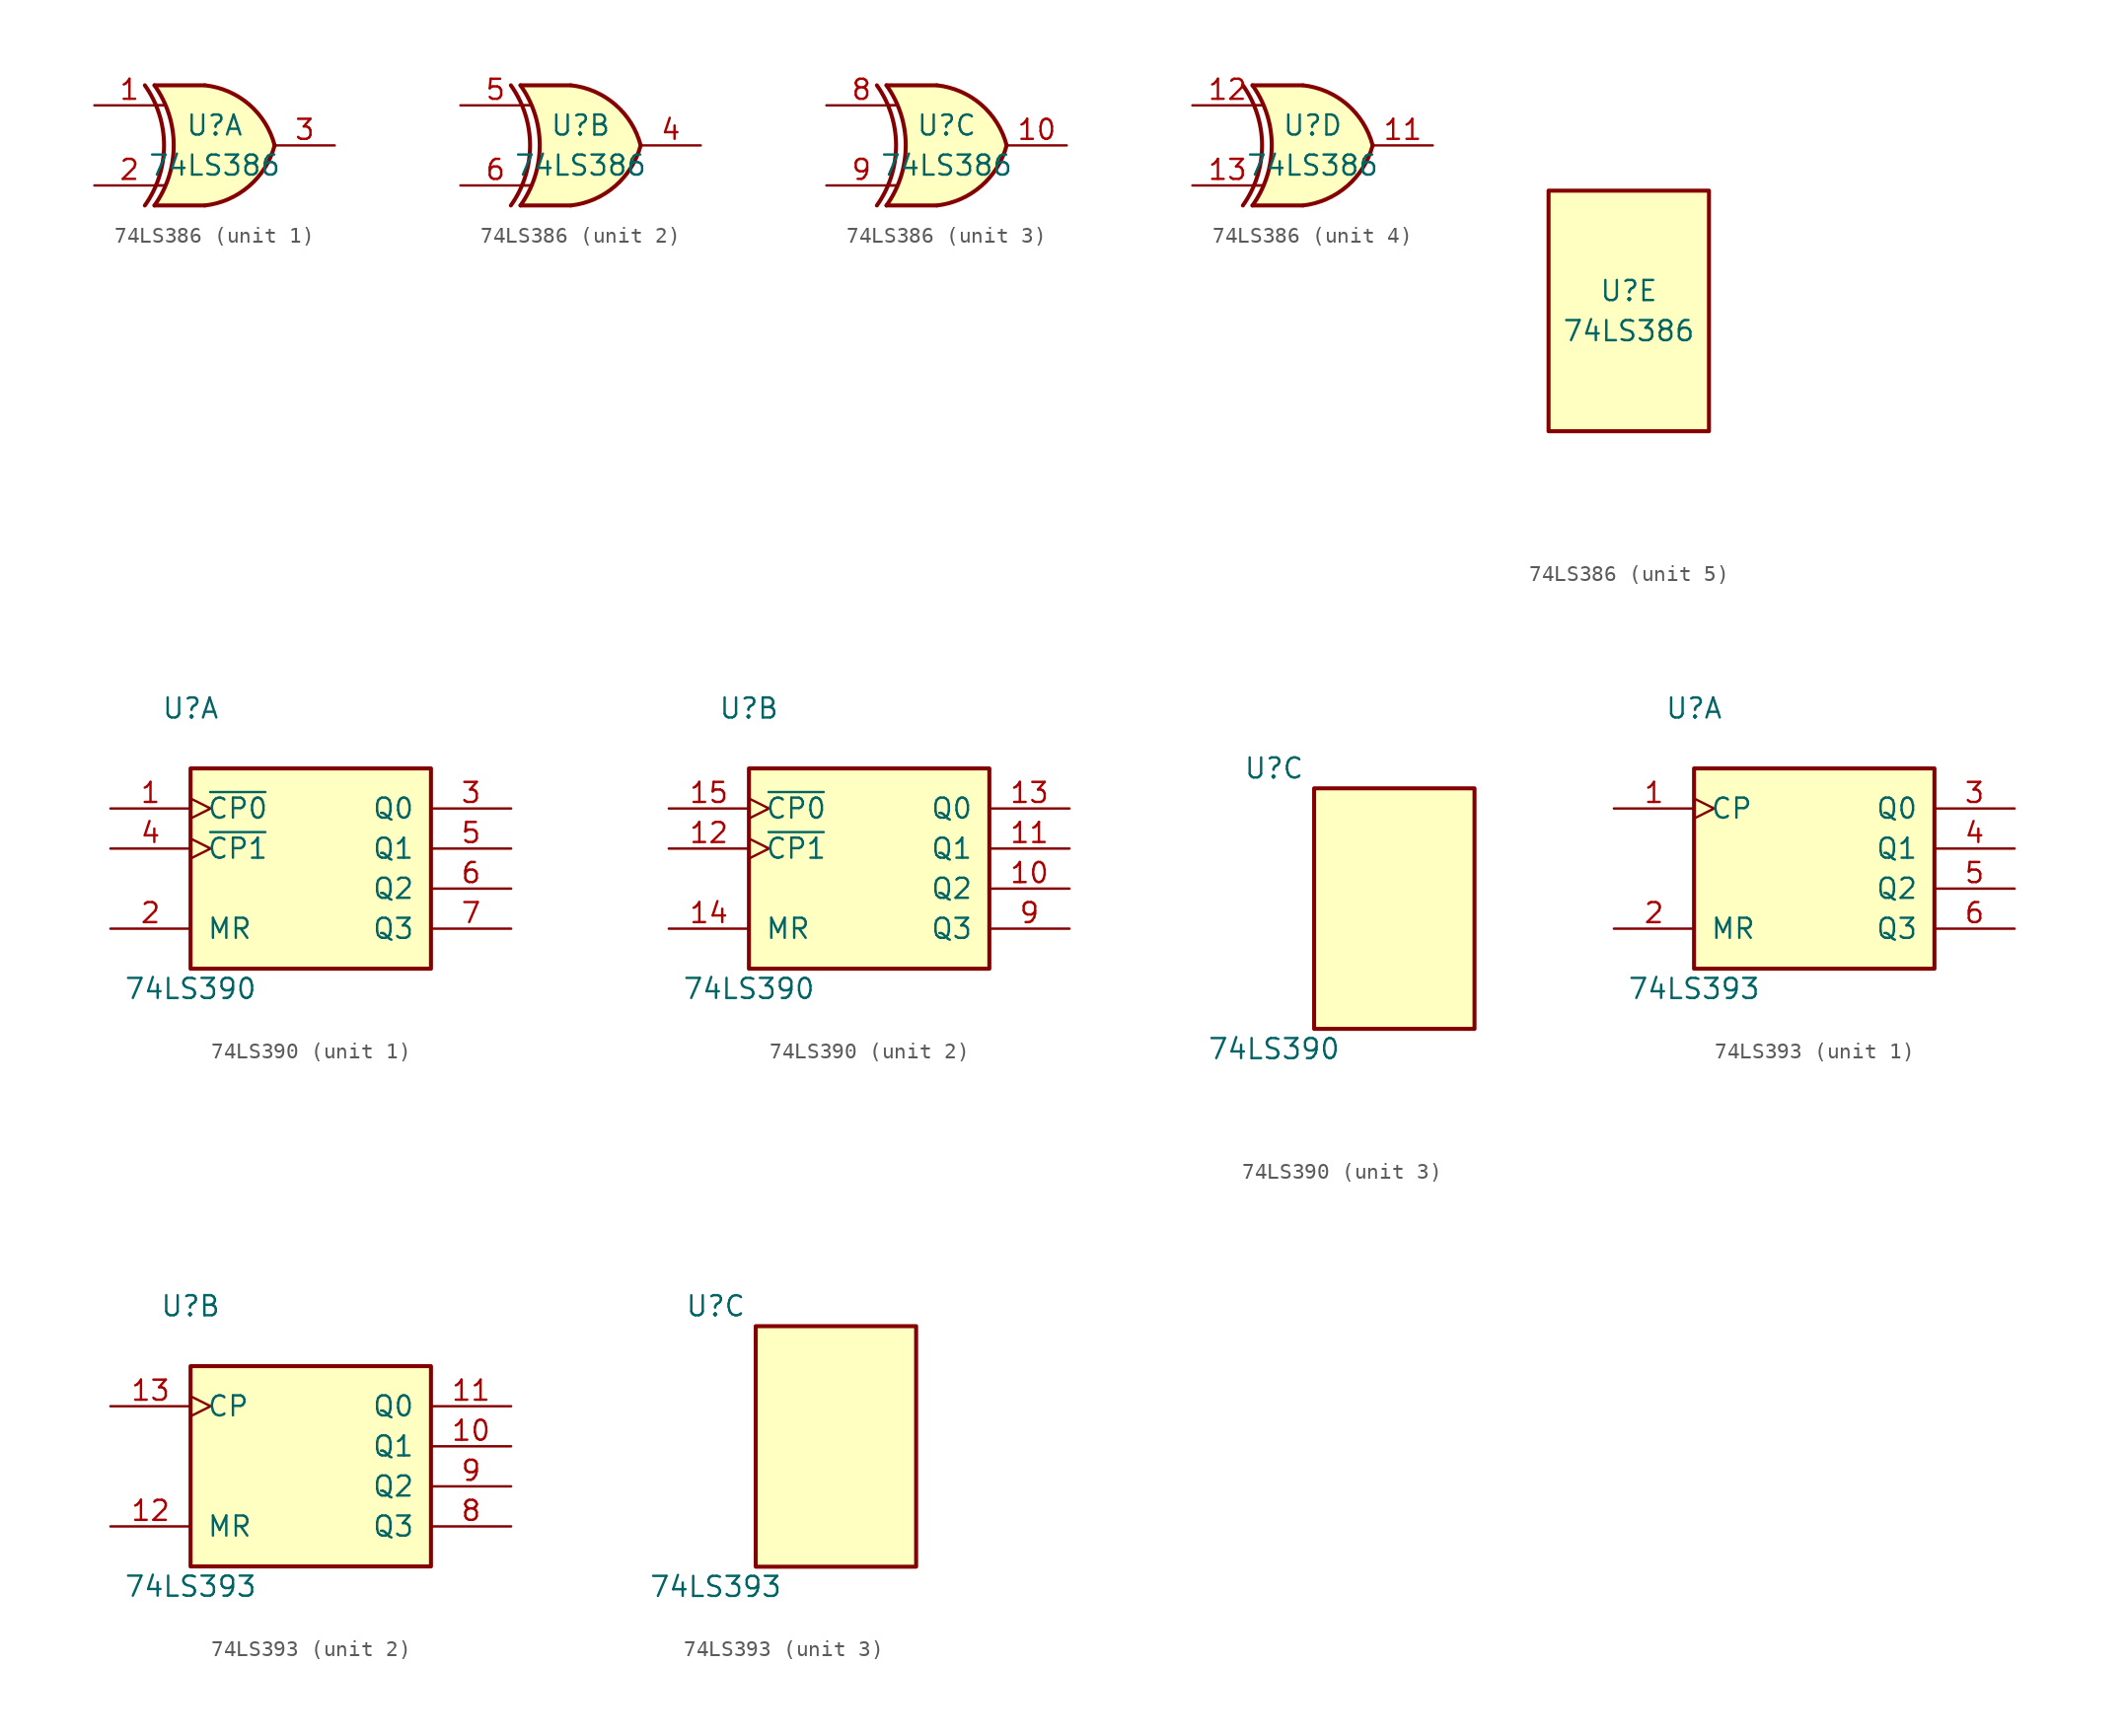
<source format=kicad_sym>
(kicad_symbol_lib
  (version 20211014)
  (generator kicad_symbol_editor)
  (symbol "74LS386"
    (pin_names
      (offset 1.016))
    (property "Reference" "U"
      (at 0 1.27 0)
      (effects (font (size 1.27 1.27))))
    (property "Value" "74LS386"
      (at 0 -1.27 0)
      (effects (font (size 1.27 1.27))))
    (property "ki_locked" ""
      (at 0 0 0)
      (effects (font (size 1.27 1.27))))
    (symbol "74LS386_1_0"
      (arc (start -4.4196 -3.81) (mid -3.2033 0) (end -4.4196 3.81) (stroke (width 0.254) (type default) (color 0 0 0 0)) (fill (type none)))
      (arc (start -3.81 -3.81) (mid -2.589 0) (end -3.81 3.81) (stroke (width 0.254) (type default) (color 0 0 0 0)) (fill (type none)))
      (arc (start -0.6096 -3.81) (mid 2.1842 -2.5851) (end 3.81 0) (stroke (width 0.254) (type default) (color 0 0 0 0)) (fill (type background)))
      (polyline (pts (xy -3.81 -3.81) (xy -0.635 -3.81)) (stroke (width 0.254) (type default) (color 0 0 0 0)) (fill (type background)))
      (polyline (pts (xy -3.81 3.81) (xy -0.635 3.81)) (stroke (width 0.254) (type default) (color 0 0 0 0)) (fill (type background)))
      (polyline (pts (xy -0.635 3.81) (xy -3.81 3.81) (xy -3.81 3.81) (xy -3.556 3.404) (xy -3.023 2.261) (xy -2.692 1.041) (xy -2.616 -0.254) (xy -2.769 -1.499) (xy -3.175 -2.718) (xy -3.81 -3.81) (xy -3.81 -3.81) (xy -0.635 -3.81)) (stroke (width -25.4) (type default) (color 0 0 0 0)) (fill (type background)))
      (arc (start 3.81 0) (mid 2.1915 2.5936) (end -0.6096 3.81) (stroke (width 0.254) (type default) (color 0 0 0 0)) (fill (type background)))
      (pin input line (at -7.62 2.54 0) (length 4.445) (name "~" (effects (font (size 1.27 1.27)))) (number "1" (effects (font (size 1.27 1.27)))))
      (pin input line (at -7.62 -2.54 0) (length 4.445) (name "~" (effects (font (size 1.27 1.27)))) (number "2" (effects (font (size 1.27 1.27)))))
      (pin output line (at 7.62 0 180) (length 3.81) (name "~" (effects (font (size 1.27 1.27)))) (number "3" (effects (font (size 1.27 1.27))))))
    (symbol "74LS386_1_1"
      (polyline (pts (xy -3.81 -2.54) (xy -3.175 -2.54)) (stroke (width 0.152) (type default) (color 0 0 0 0)) (fill (type none)))
      (polyline (pts (xy -3.81 2.54) (xy -3.175 2.54)) (stroke (width 0.152) (type default) (color 0 0 0 0)) (fill (type none))))
    (symbol "74LS386_2_0"
      (arc (start -4.4196 -3.81) (mid -3.2033 0) (end -4.4196 3.81) (stroke (width 0.254) (type default) (color 0 0 0 0)) (fill (type none)))
      (arc (start -3.81 -3.81) (mid -2.589 0) (end -3.81 3.81) (stroke (width 0.254) (type default) (color 0 0 0 0)) (fill (type none)))
      (arc (start -0.6096 -3.81) (mid 2.1842 -2.5851) (end 3.81 0) (stroke (width 0.254) (type default) (color 0 0 0 0)) (fill (type background)))
      (polyline (pts (xy -3.81 -3.81) (xy -0.635 -3.81)) (stroke (width 0.254) (type default) (color 0 0 0 0)) (fill (type background)))
      (polyline (pts (xy -3.81 3.81) (xy -0.635 3.81)) (stroke (width 0.254) (type default) (color 0 0 0 0)) (fill (type background)))
      (polyline (pts (xy -0.635 3.81) (xy -3.81 3.81) (xy -3.81 3.81) (xy -3.556 3.404) (xy -3.023 2.261) (xy -2.692 1.041) (xy -2.616 -0.254) (xy -2.769 -1.499) (xy -3.175 -2.718) (xy -3.81 -3.81) (xy -3.81 -3.81) (xy -0.635 -3.81)) (stroke (width -25.4) (type default) (color 0 0 0 0)) (fill (type background)))
      (arc (start 3.81 0) (mid 2.1915 2.5936) (end -0.6096 3.81) (stroke (width 0.254) (type default) (color 0 0 0 0)) (fill (type background)))
      (pin output line (at 7.62 0 180) (length 3.81) (name "~" (effects (font (size 1.27 1.27)))) (number "4" (effects (font (size 1.27 1.27)))))
      (pin input line (at -7.62 2.54 0) (length 4.445) (name "~" (effects (font (size 1.27 1.27)))) (number "5" (effects (font (size 1.27 1.27)))))
      (pin input line (at -7.62 -2.54 0) (length 4.445) (name "~" (effects (font (size 1.27 1.27)))) (number "6" (effects (font (size 1.27 1.27))))))
    (symbol "74LS386_2_1"
      (polyline (pts (xy -3.81 -2.54) (xy -3.175 -2.54)) (stroke (width 0.152) (type default) (color 0 0 0 0)) (fill (type none)))
      (polyline (pts (xy -3.81 2.54) (xy -3.175 2.54)) (stroke (width 0.152) (type default) (color 0 0 0 0)) (fill (type none))))
    (symbol "74LS386_3_0"
      (arc (start -4.4196 -3.81) (mid -3.2033 0) (end -4.4196 3.81) (stroke (width 0.254) (type default) (color 0 0 0 0)) (fill (type none)))
      (arc (start -3.81 -3.81) (mid -2.589 0) (end -3.81 3.81) (stroke (width 0.254) (type default) (color 0 0 0 0)) (fill (type none)))
      (arc (start -0.6096 -3.81) (mid 2.1842 -2.5851) (end 3.81 0) (stroke (width 0.254) (type default) (color 0 0 0 0)) (fill (type background)))
      (polyline (pts (xy -3.81 -3.81) (xy -0.635 -3.81)) (stroke (width 0.254) (type default) (color 0 0 0 0)) (fill (type background)))
      (polyline (pts (xy -3.81 3.81) (xy -0.635 3.81)) (stroke (width 0.254) (type default) (color 0 0 0 0)) (fill (type background)))
      (polyline (pts (xy -0.635 3.81) (xy -3.81 3.81) (xy -3.81 3.81) (xy -3.556 3.404) (xy -3.023 2.261) (xy -2.692 1.041) (xy -2.616 -0.254) (xy -2.769 -1.499) (xy -3.175 -2.718) (xy -3.81 -3.81) (xy -3.81 -3.81) (xy -0.635 -3.81)) (stroke (width -25.4) (type default) (color 0 0 0 0)) (fill (type background)))
      (arc (start 3.81 0) (mid 2.1915 2.5936) (end -0.6096 3.81) (stroke (width 0.254) (type default) (color 0 0 0 0)) (fill (type background)))
      (pin output line (at 7.62 0 180) (length 3.81) (name "~" (effects (font (size 1.27 1.27)))) (number "10" (effects (font (size 1.27 1.27)))))
      (pin input line (at -7.62 2.54 0) (length 4.445) (name "~" (effects (font (size 1.27 1.27)))) (number "8" (effects (font (size 1.27 1.27)))))
      (pin input line (at -7.62 -2.54 0) (length 4.445) (name "~" (effects (font (size 1.27 1.27)))) (number "9" (effects (font (size 1.27 1.27))))))
    (symbol "74LS386_3_1"
      (polyline (pts (xy -3.81 -2.54) (xy -3.175 -2.54)) (stroke (width 0.152) (type default) (color 0 0 0 0)) (fill (type none)))
      (polyline (pts (xy -3.81 2.54) (xy -3.175 2.54)) (stroke (width 0.152) (type default) (color 0 0 0 0)) (fill (type none))))
    (symbol "74LS386_4_0"
      (arc (start -4.4196 -3.81) (mid -3.2033 0) (end -4.4196 3.81) (stroke (width 0.254) (type default) (color 0 0 0 0)) (fill (type none)))
      (arc (start -3.81 -3.81) (mid -2.589 0) (end -3.81 3.81) (stroke (width 0.254) (type default) (color 0 0 0 0)) (fill (type none)))
      (arc (start -0.6096 -3.81) (mid 2.1842 -2.5851) (end 3.81 0) (stroke (width 0.254) (type default) (color 0 0 0 0)) (fill (type background)))
      (polyline (pts (xy -3.81 -3.81) (xy -0.635 -3.81)) (stroke (width 0.254) (type default) (color 0 0 0 0)) (fill (type background)))
      (polyline (pts (xy -3.81 3.81) (xy -0.635 3.81)) (stroke (width 0.254) (type default) (color 0 0 0 0)) (fill (type background)))
      (polyline (pts (xy -0.635 3.81) (xy -3.81 3.81) (xy -3.81 3.81) (xy -3.556 3.404) (xy -3.023 2.261) (xy -2.692 1.041) (xy -2.616 -0.254) (xy -2.769 -1.499) (xy -3.175 -2.718) (xy -3.81 -3.81) (xy -3.81 -3.81) (xy -0.635 -3.81)) (stroke (width -25.4) (type default) (color 0 0 0 0)) (fill (type background)))
      (arc (start 3.81 0) (mid 2.1915 2.5936) (end -0.6096 3.81) (stroke (width 0.254) (type default) (color 0 0 0 0)) (fill (type background)))
      (pin output line (at 7.62 0 180) (length 3.81) (name "~" (effects (font (size 1.27 1.27)))) (number "11" (effects (font (size 1.27 1.27)))))
      (pin input line (at -7.62 2.54 0) (length 4.445) (name "~" (effects (font (size 1.27 1.27)))) (number "12" (effects (font (size 1.27 1.27)))))
      (pin input line (at -7.62 -2.54 0) (length 4.445) (name "~" (effects (font (size 1.27 1.27)))) (number "13" (effects (font (size 1.27 1.27))))))
    (symbol "74LS386_4_1"
      (polyline (pts (xy -3.81 -2.54) (xy -3.175 -2.54)) (stroke (width 0.152) (type default) (color 0 0 0 0)) (fill (type none)))
      (polyline (pts (xy -3.81 2.54) (xy -3.175 2.54)) (stroke (width 0.152) (type default) (color 0 0 0 0)) (fill (type none))))
    (symbol "74LS386_5_0"
      (pin input line (at 0 12.7 270) (length 5.08) hide (name "VCC" (effects (font (size 1.27 1.27)))) (number "14" (effects (font (size 1.27 1.27)))))
      (pin input line (at 0 -12.7 90) (length 5.08) hide (name "GND" (effects (font (size 1.27 1.27)))) (number "7" (effects (font (size 1.27 1.27))))))
    (symbol "74LS386_5_1"
      (rectangle (start -5.08 7.62) (end 5.08 -7.62) (stroke (width 0.254) (type default) (color 0 0 0 0)) (fill (type background)))))
  (symbol "74LS390"
    (pin_names
      (offset 1.016))
    (property "Reference" "U"
      (at -7.62 8.89 0)
      (effects (font (size 1.27 1.27))))
    (property "Value" "74LS390"
      (at -7.62 -8.89 0)
      (effects (font (size 1.27 1.27))))
    (property "ki_locked" ""
      (at 0 0 0)
      (effects (font (size 1.27 1.27))))
    (symbol "74LS390_1_0"
      (pin input clock (at -12.7 2.54 0) (length 5.08) (name "~{CP0}" (effects (font (size 1.27 1.27)))) (number "1" (effects (font (size 1.27 1.27)))))
      (pin input line (at -12.7 -5.08 0) (length 5.08) (name "MR" (effects (font (size 1.27 1.27)))) (number "2" (effects (font (size 1.27 1.27)))))
      (pin output line (at 12.7 2.54 180) (length 5.08) (name "Q0" (effects (font (size 1.27 1.27)))) (number "3" (effects (font (size 1.27 1.27)))))
      (pin input clock (at -12.7 0 0) (length 5.08) (name "~{CP1}" (effects (font (size 1.27 1.27)))) (number "4" (effects (font (size 1.27 1.27)))))
      (pin output line (at 12.7 0 180) (length 5.08) (name "Q1" (effects (font (size 1.27 1.27)))) (number "5" (effects (font (size 1.27 1.27)))))
      (pin output line (at 12.7 -2.54 180) (length 5.08) (name "Q2" (effects (font (size 1.27 1.27)))) (number "6" (effects (font (size 1.27 1.27)))))
      (pin output line (at 12.7 -5.08 180) (length 5.08) (name "Q3" (effects (font (size 1.27 1.27)))) (number "7" (effects (font (size 1.27 1.27))))))
    (symbol "74LS390_1_1"
      (rectangle (start -7.62 5.08) (end 7.62 -7.62) (stroke (width 0.254) (type default) (color 0 0 0 0)) (fill (type background))))
    (symbol "74LS390_2_0"
      (pin output line (at 12.7 -2.54 180) (length 5.08) (name "Q2" (effects (font (size 1.27 1.27)))) (number "10" (effects (font (size 1.27 1.27)))))
      (pin output line (at 12.7 0 180) (length 5.08) (name "Q1" (effects (font (size 1.27 1.27)))) (number "11" (effects (font (size 1.27 1.27)))))
      (pin input clock (at -12.7 0 0) (length 5.08) (name "~{CP1}" (effects (font (size 1.27 1.27)))) (number "12" (effects (font (size 1.27 1.27)))))
      (pin output line (at 12.7 2.54 180) (length 5.08) (name "Q0" (effects (font (size 1.27 1.27)))) (number "13" (effects (font (size 1.27 1.27)))))
      (pin input line (at -12.7 -5.08 0) (length 5.08) (name "MR" (effects (font (size 1.27 1.27)))) (number "14" (effects (font (size 1.27 1.27)))))
      (pin input clock (at -12.7 2.54 0) (length 5.08) (name "~{CP0}" (effects (font (size 1.27 1.27)))) (number "15" (effects (font (size 1.27 1.27)))))
      (pin output line (at 12.7 -5.08 180) (length 5.08) (name "Q3" (effects (font (size 1.27 1.27)))) (number "9" (effects (font (size 1.27 1.27))))))
    (symbol "74LS390_2_1"
      (rectangle (start -7.62 5.08) (end 7.62 -7.62) (stroke (width 0.254) (type default) (color 0 0 0 0)) (fill (type background))))
    (symbol "74LS390_3_0"
      (pin input line (at 0 12.7 270) (length 5.08) hide (name "VCC" (effects (font (size 1.27 1.27)))) (number "16" (effects (font (size 1.27 1.27)))))
      (pin input line (at 0 -12.7 90) (length 5.08) hide (name "GND" (effects (font (size 1.27 1.27)))) (number "8" (effects (font (size 1.27 1.27))))))
    (symbol "74LS390_3_1"
      (rectangle (start -5.08 7.62) (end 5.08 -7.62) (stroke (width 0.254) (type default) (color 0 0 0 0)) (fill (type background)))))
  (symbol "74LS393"
    (pin_names
      (offset 1.016))
    (property "Reference" "U"
      (at -7.62 8.89 0)
      (effects (font (size 1.27 1.27))))
    (property "Value" "74LS393"
      (at -7.62 -8.89 0)
      (effects (font (size 1.27 1.27))))
    (property "ki_locked" ""
      (at 0 0 0)
      (effects (font (size 1.27 1.27))))
    (symbol "74LS393_1_0"
      (pin input clock (at -12.7 2.54 0) (length 5.08) (name "CP" (effects (font (size 1.27 1.27)))) (number "1" (effects (font (size 1.27 1.27)))))
      (pin input line (at -12.7 -5.08 0) (length 5.08) (name "MR" (effects (font (size 1.27 1.27)))) (number "2" (effects (font (size 1.27 1.27)))))
      (pin output line (at 12.7 2.54 180) (length 5.08) (name "Q0" (effects (font (size 1.27 1.27)))) (number "3" (effects (font (size 1.27 1.27)))))
      (pin output line (at 12.7 0 180) (length 5.08) (name "Q1" (effects (font (size 1.27 1.27)))) (number "4" (effects (font (size 1.27 1.27)))))
      (pin output line (at 12.7 -2.54 180) (length 5.08) (name "Q2" (effects (font (size 1.27 1.27)))) (number "5" (effects (font (size 1.27 1.27)))))
      (pin output line (at 12.7 -5.08 180) (length 5.08) (name "Q3" (effects (font (size 1.27 1.27)))) (number "6" (effects (font (size 1.27 1.27))))))
    (symbol "74LS393_1_1"
      (rectangle (start -7.62 5.08) (end 7.62 -7.62) (stroke (width 0.254) (type default) (color 0 0 0 0)) (fill (type background))))
    (symbol "74LS393_2_0"
      (pin output line (at 12.7 0 180) (length 5.08) (name "Q1" (effects (font (size 1.27 1.27)))) (number "10" (effects (font (size 1.27 1.27)))))
      (pin output line (at 12.7 2.54 180) (length 5.08) (name "Q0" (effects (font (size 1.27 1.27)))) (number "11" (effects (font (size 1.27 1.27)))))
      (pin input line (at -12.7 -5.08 0) (length 5.08) (name "MR" (effects (font (size 1.27 1.27)))) (number "12" (effects (font (size 1.27 1.27)))))
      (pin input clock (at -12.7 2.54 0) (length 5.08) (name "CP" (effects (font (size 1.27 1.27)))) (number "13" (effects (font (size 1.27 1.27)))))
      (pin output line (at 12.7 -5.08 180) (length 5.08) (name "Q3" (effects (font (size 1.27 1.27)))) (number "8" (effects (font (size 1.27 1.27)))))
      (pin output line (at 12.7 -2.54 180) (length 5.08) (name "Q2" (effects (font (size 1.27 1.27)))) (number "9" (effects (font (size 1.27 1.27))))))
    (symbol "74LS393_2_1"
      (rectangle (start -7.62 5.08) (end 7.62 -7.62) (stroke (width 0.254) (type default) (color 0 0 0 0)) (fill (type background))))
    (symbol "74LS393_3_0"
      (pin power_in line (at 0 7.62 270) (length 5.08) hide (name "VCC" (effects (font (size 1.27 1.27)))) (number "14" (effects (font (size 1.27 1.27)))))
      (pin power_in line (at 0 -7.62 90) (length 5.08) hide (name "VSS" (effects (font (size 1.27 1.27)))) (number "7" (effects (font (size 1.27 1.27))))))
    (symbol "74LS393_3_1"
      (rectangle (start -5.08 7.62) (end 5.08 -7.62) (stroke (width 0.254) (type default) (color 0 0 0 0)) (fill (type background))))))
</source>
